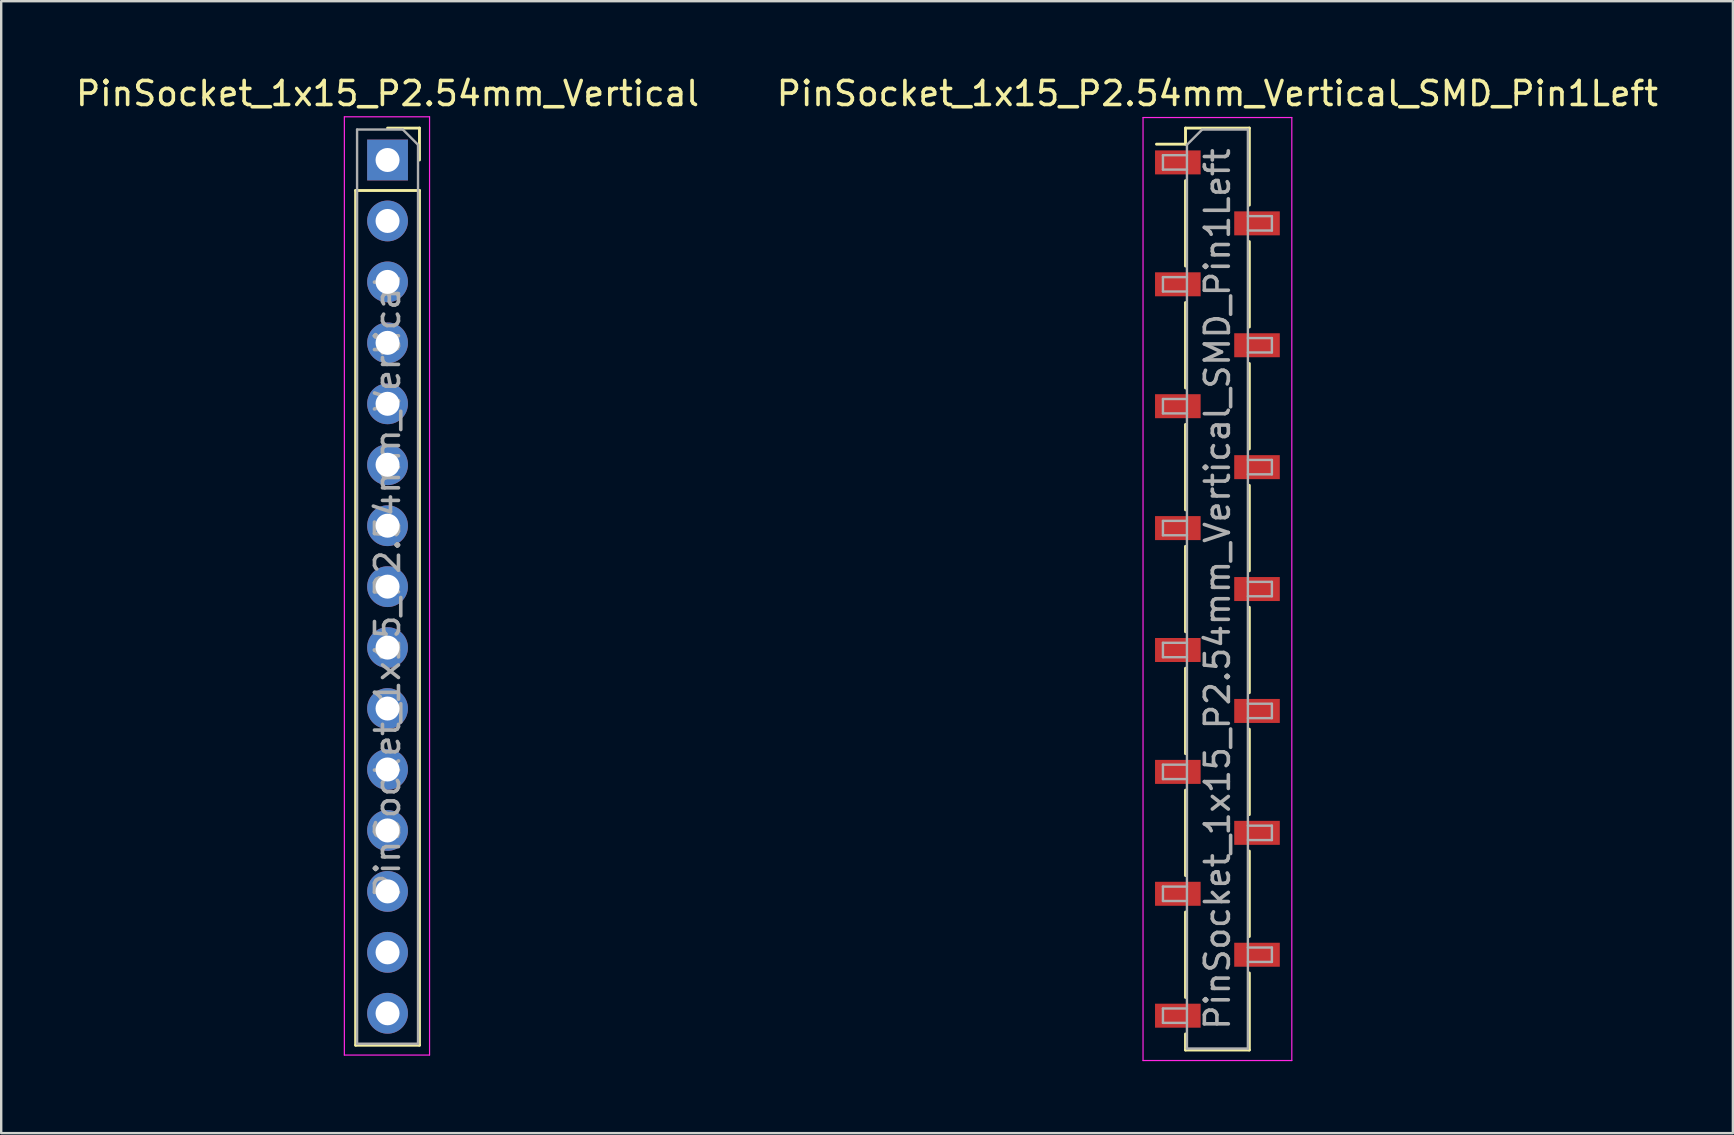
<source format=kicad_pcb>
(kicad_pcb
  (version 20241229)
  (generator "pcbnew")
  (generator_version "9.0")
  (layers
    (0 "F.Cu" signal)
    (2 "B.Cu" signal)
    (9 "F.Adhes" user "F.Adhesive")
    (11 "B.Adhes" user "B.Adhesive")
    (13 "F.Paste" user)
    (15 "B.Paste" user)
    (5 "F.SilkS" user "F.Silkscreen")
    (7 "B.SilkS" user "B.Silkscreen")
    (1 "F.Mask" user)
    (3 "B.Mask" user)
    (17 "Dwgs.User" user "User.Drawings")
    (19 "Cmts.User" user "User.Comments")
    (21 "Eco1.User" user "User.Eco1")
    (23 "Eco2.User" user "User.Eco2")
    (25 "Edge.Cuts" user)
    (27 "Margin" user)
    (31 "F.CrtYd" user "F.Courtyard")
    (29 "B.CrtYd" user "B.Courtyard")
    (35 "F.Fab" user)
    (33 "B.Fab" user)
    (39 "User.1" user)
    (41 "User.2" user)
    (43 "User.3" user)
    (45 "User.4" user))
  (footprint "PinSocket_1x15_P2.54mm_Vertical"
    (layer "F.Cu")
    (at 13.101 3.618)
    (property "Reference" "PinSocket_1x15_P2.54mm_Vertical" (at 0 -2.77 0) (layer "F.SilkS") (effects (font (size 1 1) (thickness 0.15))))
    (attr through_hole)
    (fp_line (start -1.33 1.27) (end -1.33 36.89) (stroke (width 0.12) (type solid)) (layer "F.SilkS"))
    (fp_line (start -1.33 1.27) (end 1.33 1.27) (stroke (width 0.12) (type solid)) (layer "F.SilkS"))
    (fp_line (start -1.33 36.89) (end 1.33 36.89) (stroke (width 0.12) (type solid)) (layer "F.SilkS"))
    (fp_line (start 0 -1.33) (end 1.33 -1.33) (stroke (width 0.12) (type solid)) (layer "F.SilkS"))
    (fp_line (start 1.33 -1.33) (end 1.33 0) (stroke (width 0.12) (type solid)) (layer "F.SilkS"))
    (fp_line (start 1.33 1.27) (end 1.33 36.89) (stroke (width 0.12) (type solid)) (layer "F.SilkS"))
    (fp_line (start -1.8 -1.8) (end 1.75 -1.8) (stroke (width 0.05) (type solid)) (layer "F.CrtYd"))
    (fp_line (start -1.8 37.3) (end -1.8 -1.8) (stroke (width 0.05) (type solid)) (layer "F.CrtYd"))
    (fp_line (start 1.75 -1.8) (end 1.75 37.3) (stroke (width 0.05) (type solid)) (layer "F.CrtYd"))
    (fp_line (start 1.75 37.3) (end -1.8 37.3) (stroke (width 0.05) (type solid)) (layer "F.CrtYd"))
    (fp_line (start -1.27 -1.27) (end 0.635 -1.27) (stroke (width 0.1) (type solid)) (layer "F.Fab"))
    (fp_line (start -1.27 36.83) (end -1.27 -1.27) (stroke (width 0.1) (type solid)) (layer "F.Fab"))
    (fp_line (start 0.635 -1.27) (end 1.27 -0.635) (stroke (width 0.1) (type solid)) (layer "F.Fab"))
    (fp_line (start 1.27 -0.635) (end 1.27 36.83) (stroke (width 0.1) (type solid)) (layer "F.Fab"))
    (fp_line (start 1.27 36.83) (end -1.27 36.83) (stroke (width 0.1) (type solid)) (layer "F.Fab"))
    (fp_text user "${REFERENCE}" (at 0 17.78 90) (layer "F.Fab") (effects (font (size 1 1) (thickness 0.15))))
    (pad "1" thru_hole rect (at 0 0) (size 1.7 1.7) (drill 1) (layers "*.Cu" "*.Mask"))
    (pad "2" thru_hole oval (at 0 2.54) (size 1.7 1.7) (drill 1) (layers "*.Cu" "*.Mask"))
    (pad "3" thru_hole oval (at 0 5.08) (size 1.7 1.7) (drill 1) (layers "*.Cu" "*.Mask"))
    (pad "4" thru_hole oval (at 0 7.62) (size 1.7 1.7) (drill 1) (layers "*.Cu" "*.Mask"))
    (pad "5" thru_hole oval (at 0 10.16) (size 1.7 1.7) (drill 1) (layers "*.Cu" "*.Mask"))
    (pad "6" thru_hole oval (at 0 12.7) (size 1.7 1.7) (drill 1) (layers "*.Cu" "*.Mask"))
    (pad "7" thru_hole oval (at 0 15.24) (size 1.7 1.7) (drill 1) (layers "*.Cu" "*.Mask"))
    (pad "8" thru_hole oval (at 0 17.78) (size 1.7 1.7) (drill 1) (layers "*.Cu" "*.Mask"))
    (pad "9" thru_hole oval (at 0 20.32) (size 1.7 1.7) (drill 1) (layers "*.Cu" "*.Mask"))
    (pad "10" thru_hole oval (at 0 22.86) (size 1.7 1.7) (drill 1) (layers "*.Cu" "*.Mask"))
    (pad "11" thru_hole oval (at 0 25.4) (size 1.7 1.7) (drill 1) (layers "*.Cu" "*.Mask"))
    (pad "12" thru_hole oval (at 0 27.94) (size 1.7 1.7) (drill 1) (layers "*.Cu" "*.Mask"))
    (pad "13" thru_hole oval (at 0 30.48) (size 1.7 1.7) (drill 1) (layers "*.Cu" "*.Mask"))
    (pad "14" thru_hole oval (at 0 33.02) (size 1.7 1.7) (drill 1) (layers "*.Cu" "*.Mask"))
    (pad "15" thru_hole oval (at 0 35.56) (size 1.7 1.7) (drill 1) (layers "*.Cu" "*.Mask")))
  (footprint "PinSocket_1x15_P2.54mm_Vertical_SMD_Pin1Left"
    (layer "F.Cu")
    (at 47.685 21.498)
    (property "Reference" "PinSocket_1x15_P2.54mm_Vertical_SMD_Pin1Left" (at 0 -20.65 0) (layer "F.SilkS") (effects (font (size 1 1) (thickness 0.15))))
    (attr smd)
    (fp_line (start -2.54 -18.54) (end -1.33 -18.54) (stroke (width 0.12) (type solid)) (layer "F.SilkS"))
    (fp_line (start -1.33 -19.21) (end -1.33 -18.54) (stroke (width 0.12) (type solid)) (layer "F.SilkS"))
    (fp_line (start -1.33 -19.21) (end 1.33 -19.21) (stroke (width 0.12) (type solid)) (layer "F.SilkS"))
    (fp_line (start -1.33 -17.02) (end -1.33 -13.46) (stroke (width 0.12) (type solid)) (layer "F.SilkS"))
    (fp_line (start -1.33 -11.94) (end -1.33 -8.38) (stroke (width 0.12) (type solid)) (layer "F.SilkS"))
    (fp_line (start -1.33 -6.86) (end -1.33 -3.3) (stroke (width 0.12) (type solid)) (layer "F.SilkS"))
    (fp_line (start -1.33 -1.78) (end -1.33 1.78) (stroke (width 0.12) (type solid)) (layer "F.SilkS"))
    (fp_line (start -1.33 3.3) (end -1.33 6.86) (stroke (width 0.12) (type solid)) (layer "F.SilkS"))
    (fp_line (start -1.33 8.38) (end -1.33 11.94) (stroke (width 0.12) (type solid)) (layer "F.SilkS"))
    (fp_line (start -1.33 13.46) (end -1.33 17.02) (stroke (width 0.12) (type solid)) (layer "F.SilkS"))
    (fp_line (start -1.33 18.54) (end -1.33 19.21) (stroke (width 0.12) (type solid)) (layer "F.SilkS"))
    (fp_line (start -1.33 19.21) (end 1.33 19.21) (stroke (width 0.12) (type solid)) (layer "F.SilkS"))
    (fp_line (start 1.33 -19.21) (end 1.33 -16) (stroke (width 0.12) (type solid)) (layer "F.SilkS"))
    (fp_line (start 1.33 -14.48) (end 1.33 -10.92) (stroke (width 0.12) (type solid)) (layer "F.SilkS"))
    (fp_line (start 1.33 -9.4) (end 1.33 -5.84) (stroke (width 0.12) (type solid)) (layer "F.SilkS"))
    (fp_line (start 1.33 -4.32) (end 1.33 -0.76) (stroke (width 0.12) (type solid)) (layer "F.SilkS"))
    (fp_line (start 1.33 0.76) (end 1.33 4.32) (stroke (width 0.12) (type solid)) (layer "F.SilkS"))
    (fp_line (start 1.33 5.84) (end 1.33 9.4) (stroke (width 0.12) (type solid)) (layer "F.SilkS"))
    (fp_line (start 1.33 10.92) (end 1.33 14.48) (stroke (width 0.12) (type solid)) (layer "F.SilkS"))
    (fp_line (start 1.33 16) (end 1.33 19.21) (stroke (width 0.12) (type solid)) (layer "F.SilkS"))
    (fp_line (start -3.1 -19.65) (end 3.1 -19.65) (stroke (width 0.05) (type solid)) (layer "F.CrtYd"))
    (fp_line (start -3.1 19.65) (end -3.1 -19.65) (stroke (width 0.05) (type solid)) (layer "F.CrtYd"))
    (fp_line (start 3.1 -19.65) (end 3.1 19.65) (stroke (width 0.05) (type solid)) (layer "F.CrtYd"))
    (fp_line (start 3.1 19.65) (end -3.1 19.65) (stroke (width 0.05) (type solid)) (layer "F.CrtYd"))
    (fp_line (start -2.27 -18.08) (end -1.27 -18.08) (stroke (width 0.1) (type solid)) (layer "F.Fab"))
    (fp_line (start -2.27 -17.48) (end -2.27 -18.08) (stroke (width 0.1) (type solid)) (layer "F.Fab"))
    (fp_line (start -2.27 -13) (end -1.27 -13) (stroke (width 0.1) (type solid)) (layer "F.Fab"))
    (fp_line (start -2.27 -12.4) (end -2.27 -13) (stroke (width 0.1) (type solid)) (layer "F.Fab"))
    (fp_line (start -2.27 -7.92) (end -1.27 -7.92) (stroke (width 0.1) (type solid)) (layer "F.Fab"))
    (fp_line (start -2.27 -7.32) (end -2.27 -7.92) (stroke (width 0.1) (type solid)) (layer "F.Fab"))
    (fp_line (start -2.27 -2.84) (end -1.27 -2.84) (stroke (width 0.1) (type solid)) (layer "F.Fab"))
    (fp_line (start -2.27 -2.24) (end -2.27 -2.84) (stroke (width 0.1) (type solid)) (layer "F.Fab"))
    (fp_line (start -2.27 2.24) (end -1.27 2.24) (stroke (width 0.1) (type solid)) (layer "F.Fab"))
    (fp_line (start -2.27 2.84) (end -2.27 2.24) (stroke (width 0.1) (type solid)) (layer "F.Fab"))
    (fp_line (start -2.27 7.32) (end -1.27 7.32) (stroke (width 0.1) (type solid)) (layer "F.Fab"))
    (fp_line (start -2.27 7.92) (end -2.27 7.32) (stroke (width 0.1) (type solid)) (layer "F.Fab"))
    (fp_line (start -2.27 12.4) (end -1.27 12.4) (stroke (width 0.1) (type solid)) (layer "F.Fab"))
    (fp_line (start -2.27 13) (end -2.27 12.4) (stroke (width 0.1) (type solid)) (layer "F.Fab"))
    (fp_line (start -2.27 17.48) (end -1.27 17.48) (stroke (width 0.1) (type solid)) (layer "F.Fab"))
    (fp_line (start -2.27 18.08) (end -2.27 17.48) (stroke (width 0.1) (type solid)) (layer "F.Fab"))
    (fp_line (start -1.27 -18.515) (end -0.635 -19.15) (stroke (width 0.1) (type solid)) (layer "F.Fab"))
    (fp_line (start -1.27 -17.48) (end -2.27 -17.48) (stroke (width 0.1) (type solid)) (layer "F.Fab"))
    (fp_line (start -1.27 -12.4) (end -2.27 -12.4) (stroke (width 0.1) (type solid)) (layer "F.Fab"))
    (fp_line (start -1.27 -7.32) (end -2.27 -7.32) (stroke (width 0.1) (type solid)) (layer "F.Fab"))
    (fp_line (start -1.27 -2.24) (end -2.27 -2.24) (stroke (width 0.1) (type solid)) (layer "F.Fab"))
    (fp_line (start -1.27 2.84) (end -2.27 2.84) (stroke (width 0.1) (type solid)) (layer "F.Fab"))
    (fp_line (start -1.27 7.92) (end -2.27 7.92) (stroke (width 0.1) (type solid)) (layer "F.Fab"))
    (fp_line (start -1.27 13) (end -2.27 13) (stroke (width 0.1) (type solid)) (layer "F.Fab"))
    (fp_line (start -1.27 18.08) (end -2.27 18.08) (stroke (width 0.1) (type solid)) (layer "F.Fab"))
    (fp_line (start -1.27 19.15) (end -1.27 -18.515) (stroke (width 0.1) (type solid)) (layer "F.Fab"))
    (fp_line (start -0.635 -19.15) (end 1.27 -19.15) (stroke (width 0.1) (type solid)) (layer "F.Fab"))
    (fp_line (start 1.27 -19.15) (end 1.27 19.15) (stroke (width 0.1) (type solid)) (layer "F.Fab"))
    (fp_line (start 1.27 -15.54) (end 2.27 -15.54) (stroke (width 0.1) (type solid)) (layer "F.Fab"))
    (fp_line (start 1.27 -10.46) (end 2.27 -10.46) (stroke (width 0.1) (type solid)) (layer "F.Fab"))
    (fp_line (start 1.27 -5.38) (end 2.27 -5.38) (stroke (width 0.1) (type solid)) (layer "F.Fab"))
    (fp_line (start 1.27 -0.3) (end 2.27 -0.3) (stroke (width 0.1) (type solid)) (layer "F.Fab"))
    (fp_line (start 1.27 4.78) (end 2.27 4.78) (stroke (width 0.1) (type solid)) (layer "F.Fab"))
    (fp_line (start 1.27 9.86) (end 2.27 9.86) (stroke (width 0.1) (type solid)) (layer "F.Fab"))
    (fp_line (start 1.27 14.94) (end 2.27 14.94) (stroke (width 0.1) (type solid)) (layer "F.Fab"))
    (fp_line (start 1.27 19.15) (end -1.27 19.15) (stroke (width 0.1) (type solid)) (layer "F.Fab"))
    (fp_line (start 2.27 -15.54) (end 2.27 -14.94) (stroke (width 0.1) (type solid)) (layer "F.Fab"))
    (fp_line (start 2.27 -14.94) (end 1.27 -14.94) (stroke (width 0.1) (type solid)) (layer "F.Fab"))
    (fp_line (start 2.27 -10.46) (end 2.27 -9.86) (stroke (width 0.1) (type solid)) (layer "F.Fab"))
    (fp_line (start 2.27 -9.86) (end 1.27 -9.86) (stroke (width 0.1) (type solid)) (layer "F.Fab"))
    (fp_line (start 2.27 -5.38) (end 2.27 -4.78) (stroke (width 0.1) (type solid)) (layer "F.Fab"))
    (fp_line (start 2.27 -4.78) (end 1.27 -4.78) (stroke (width 0.1) (type solid)) (layer "F.Fab"))
    (fp_line (start 2.27 -0.3) (end 2.27 0.3) (stroke (width 0.1) (type solid)) (layer "F.Fab"))
    (fp_line (start 2.27 0.3) (end 1.27 0.3) (stroke (width 0.1) (type solid)) (layer "F.Fab"))
    (fp_line (start 2.27 4.78) (end 2.27 5.38) (stroke (width 0.1) (type solid)) (layer "F.Fab"))
    (fp_line (start 2.27 5.38) (end 1.27 5.38) (stroke (width 0.1) (type solid)) (layer "F.Fab"))
    (fp_line (start 2.27 9.86) (end 2.27 10.46) (stroke (width 0.1) (type solid)) (layer "F.Fab"))
    (fp_line (start 2.27 10.46) (end 1.27 10.46) (stroke (width 0.1) (type solid)) (layer "F.Fab"))
    (fp_line (start 2.27 14.94) (end 2.27 15.54) (stroke (width 0.1) (type solid)) (layer "F.Fab"))
    (fp_line (start 2.27 15.54) (end 1.27 15.54) (stroke (width 0.1) (type solid)) (layer "F.Fab"))
    (fp_text user "${REFERENCE}" (at 0 0 90) (layer "F.Fab") (effects (font (size 1 1) (thickness 0.15))))
    (pad "1" smd rect (at -1.65 -17.78) (size 1.9 1) (layers "F.Cu" "F.Mask" "F.Paste"))
    (pad "2" smd rect (at 1.65 -15.24) (size 1.9 1) (layers "F.Cu" "F.Mask" "F.Paste"))
    (pad "3" smd rect (at -1.65 -12.7) (size 1.9 1) (layers "F.Cu" "F.Mask" "F.Paste"))
    (pad "4" smd rect (at 1.65 -10.16) (size 1.9 1) (layers "F.Cu" "F.Mask" "F.Paste"))
    (pad "5" smd rect (at -1.65 -7.62) (size 1.9 1) (layers "F.Cu" "F.Mask" "F.Paste"))
    (pad "6" smd rect (at 1.65 -5.08) (size 1.9 1) (layers "F.Cu" "F.Mask" "F.Paste"))
    (pad "7" smd rect (at -1.65 -2.54) (size 1.9 1) (layers "F.Cu" "F.Mask" "F.Paste"))
    (pad "8" smd rect (at 1.65 0) (size 1.9 1) (layers "F.Cu" "F.Mask" "F.Paste"))
    (pad "9" smd rect (at -1.65 2.54) (size 1.9 1) (layers "F.Cu" "F.Mask" "F.Paste"))
    (pad "10" smd rect (at 1.65 5.08) (size 1.9 1) (layers "F.Cu" "F.Mask" "F.Paste"))
    (pad "11" smd rect (at -1.65 7.62) (size 1.9 1) (layers "F.Cu" "F.Mask" "F.Paste"))
    (pad "12" smd rect (at 1.65 10.16) (size 1.9 1) (layers "F.Cu" "F.Mask" "F.Paste"))
    (pad "13" smd rect (at -1.65 12.7) (size 1.9 1) (layers "F.Cu" "F.Mask" "F.Paste"))
    (pad "14" smd rect (at 1.65 15.24) (size 1.9 1) (layers "F.Cu" "F.Mask" "F.Paste"))
    (pad "15" smd rect (at -1.65 17.78) (size 1.9 1) (layers "F.Cu" "F.Mask" "F.Paste")))
  (gr_rect
    (start -3 -3)
    (end 69.167 44.173)
    (stroke (width 0.1) (type default))
    (fill no)
    (layer "Edge.Cuts")))
</source>
